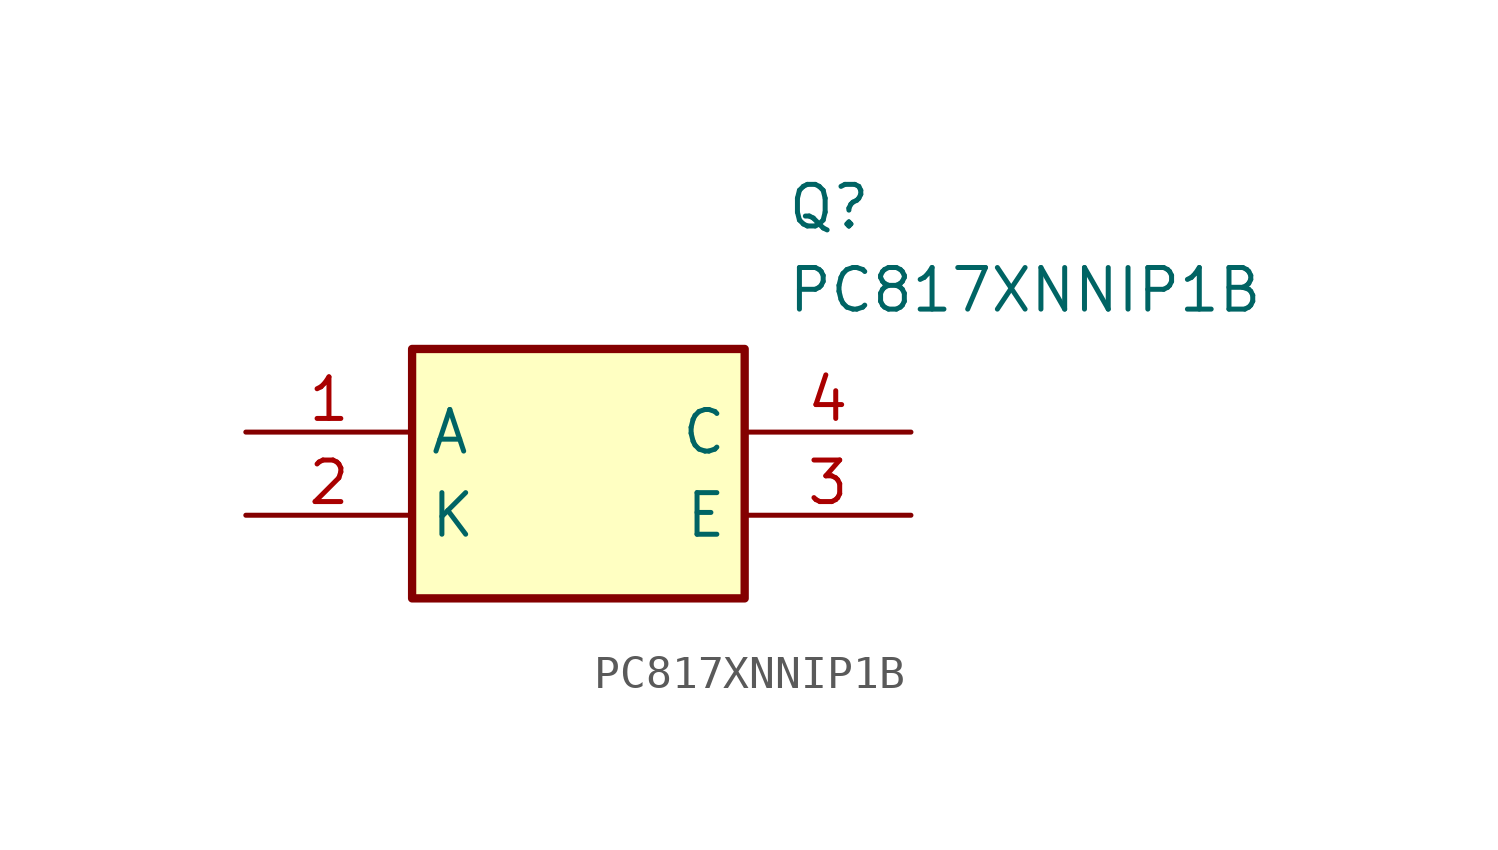
<source format=kicad_sym>
(kicad_symbol_lib
  (version 20211014)
  (generator SamacSys_ECAD_Model)
  (symbol "PC817XNNIP1B"
    (property "Reference" "Q"
      (at 16.51 7.62 0)
      (effects (font (size 1.27 1.27)) (justify left top)))
    (property "Value" "PC817XNNIP1B"
      (at 16.51 5.08 0)
      (effects (font (size 1.27 1.27)) (justify left top)))
    (rectangle
      (start 5.08 2.54)
      (end 15.24 -5.08)
      (stroke (width 0.254) (type default))
      (fill (type background)))
    (pin passive line
      (at 0 0 0)
      (length 5.08)
      (name "A" (effects (font (size 1.27 1.27))))
      (number "1" (effects (font (size 1.27 1.27)))))
    (pin passive line
      (at 0 -2.54 0)
      (length 5.08)
      (name "K" (effects (font (size 1.27 1.27))))
      (number "2" (effects (font (size 1.27 1.27)))))
    (pin passive line
      (at 20.32 0 180)
      (length 5.08)
      (name "C" (effects (font (size 1.27 1.27))))
      (number "4" (effects (font (size 1.27 1.27)))))
    (pin passive line
      (at 20.32 -2.54 180)
      (length 5.08)
      (name "E" (effects (font (size 1.27 1.27))))
      (number "3" (effects (font (size 1.27 1.27)))))))
</source>
